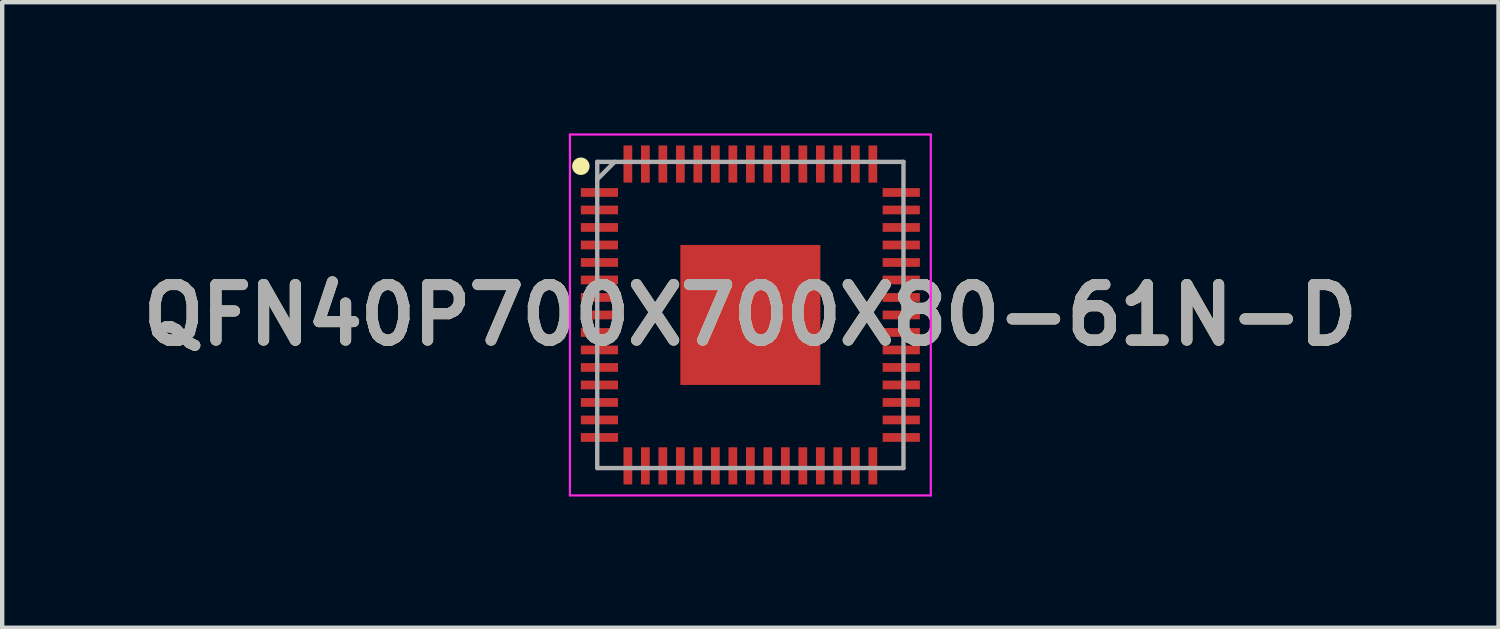
<source format=kicad_pcb>
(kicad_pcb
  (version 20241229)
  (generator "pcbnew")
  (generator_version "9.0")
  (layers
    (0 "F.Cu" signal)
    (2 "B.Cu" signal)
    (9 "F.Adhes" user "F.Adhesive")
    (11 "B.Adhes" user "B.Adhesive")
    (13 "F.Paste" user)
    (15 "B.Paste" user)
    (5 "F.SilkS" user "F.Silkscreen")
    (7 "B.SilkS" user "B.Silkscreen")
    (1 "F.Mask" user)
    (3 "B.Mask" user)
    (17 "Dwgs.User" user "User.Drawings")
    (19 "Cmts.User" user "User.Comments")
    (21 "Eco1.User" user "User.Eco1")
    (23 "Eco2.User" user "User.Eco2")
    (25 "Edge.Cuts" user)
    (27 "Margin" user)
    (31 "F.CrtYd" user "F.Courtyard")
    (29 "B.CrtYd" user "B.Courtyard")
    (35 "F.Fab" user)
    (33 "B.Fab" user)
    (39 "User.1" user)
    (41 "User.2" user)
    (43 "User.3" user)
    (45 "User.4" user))
  (footprint "QFN40P700X700X80-61N-D"
    (layer "F.Cu")
    (at 14.103 4.15)
    (property "Reference" "QFN40P700X700X80-61N-D" (at 0 0 0) (layer "F.SilkS") (effects (font (size 1.27 1.27) (thickness 0.254))))
    (attr smd)
    (fp_circle (center -3.875 -3.4) (end -3.875 -3.3) (stroke (width 0.2) (type solid)) (fill no) (layer "F.SilkS"))
    (fp_line (start -4.125 -4.125) (end 4.125 -4.125) (stroke (width 0.05) (type solid)) (layer "F.CrtYd"))
    (fp_line (start -4.125 4.125) (end -4.125 -4.125) (stroke (width 0.05) (type solid)) (layer "F.CrtYd"))
    (fp_line (start 4.125 -4.125) (end 4.125 4.125) (stroke (width 0.05) (type solid)) (layer "F.CrtYd"))
    (fp_line (start 4.125 4.125) (end -4.125 4.125) (stroke (width 0.05) (type solid)) (layer "F.CrtYd"))
    (fp_line (start -3.5 -3.5) (end 3.5 -3.5) (stroke (width 0.1) (type solid)) (layer "F.Fab"))
    (fp_line (start -3.5 -3.1) (end -3.1 -3.5) (stroke (width 0.1) (type solid)) (layer "F.Fab"))
    (fp_line (start -3.5 3.5) (end -3.5 -3.5) (stroke (width 0.1) (type solid)) (layer "F.Fab"))
    (fp_line (start 3.5 -3.5) (end 3.5 3.5) (stroke (width 0.1) (type solid)) (layer "F.Fab"))
    (fp_line (start 3.5 3.5) (end -3.5 3.5) (stroke (width 0.1) (type solid)) (layer "F.Fab"))
    (fp_text user "${REFERENCE}" (at 0 0 0) (layer "F.Fab") (effects (font (size 1.27 1.27) (thickness 0.254))))
    (pad "1" smd rect (at -3.45 -2.8 90) (size 0.2 0.85) (layers "F.Cu" "F.Mask" "F.Paste"))
    (pad "2" smd rect (at -3.45 -2.4 90) (size 0.2 0.85) (layers "F.Cu" "F.Mask" "F.Paste"))
    (pad "3" smd rect (at -3.45 -2 90) (size 0.2 0.85) (layers "F.Cu" "F.Mask" "F.Paste"))
    (pad "4" smd rect (at -3.45 -1.6 90) (size 0.2 0.85) (layers "F.Cu" "F.Mask" "F.Paste"))
    (pad "5" smd rect (at -3.45 -1.2 90) (size 0.2 0.85) (layers "F.Cu" "F.Mask" "F.Paste"))
    (pad "6" smd rect (at -3.45 -0.8 90) (size 0.2 0.85) (layers "F.Cu" "F.Mask" "F.Paste"))
    (pad "7" smd rect (at -3.45 -0.4 90) (size 0.2 0.85) (layers "F.Cu" "F.Mask" "F.Paste"))
    (pad "8" smd rect (at -3.45 0 90) (size 0.2 0.85) (layers "F.Cu" "F.Mask" "F.Paste"))
    (pad "9" smd rect (at -3.45 0.4 90) (size 0.2 0.85) (layers "F.Cu" "F.Mask" "F.Paste"))
    (pad "10" smd rect (at -3.45 0.8 90) (size 0.2 0.85) (layers "F.Cu" "F.Mask" "F.Paste"))
    (pad "11" smd rect (at -3.45 1.2 90) (size 0.2 0.85) (layers "F.Cu" "F.Mask" "F.Paste"))
    (pad "12" smd rect (at -3.45 1.6 90) (size 0.2 0.85) (layers "F.Cu" "F.Mask" "F.Paste"))
    (pad "13" smd rect (at -3.45 2 90) (size 0.2 0.85) (layers "F.Cu" "F.Mask" "F.Paste"))
    (pad "14" smd rect (at -3.45 2.4 90) (size 0.2 0.85) (layers "F.Cu" "F.Mask" "F.Paste"))
    (pad "15" smd rect (at -3.45 2.8 90) (size 0.2 0.85) (layers "F.Cu" "F.Mask" "F.Paste"))
    (pad "16" smd rect (at -2.8 3.45) (size 0.2 0.85) (layers "F.Cu" "F.Mask" "F.Paste"))
    (pad "17" smd rect (at -2.4 3.45) (size 0.2 0.85) (layers "F.Cu" "F.Mask" "F.Paste"))
    (pad "18" smd rect (at -2 3.45) (size 0.2 0.85) (layers "F.Cu" "F.Mask" "F.Paste"))
    (pad "19" smd rect (at -1.6 3.45) (size 0.2 0.85) (layers "F.Cu" "F.Mask" "F.Paste"))
    (pad "20" smd rect (at -1.2 3.45) (size 0.2 0.85) (layers "F.Cu" "F.Mask" "F.Paste"))
    (pad "21" smd rect (at -0.8 3.45) (size 0.2 0.85) (layers "F.Cu" "F.Mask" "F.Paste"))
    (pad "22" smd rect (at -0.4 3.45) (size 0.2 0.85) (layers "F.Cu" "F.Mask" "F.Paste"))
    (pad "23" smd rect (at 0 3.45) (size 0.2 0.85) (layers "F.Cu" "F.Mask" "F.Paste"))
    (pad "24" smd rect (at 0.4 3.45) (size 0.2 0.85) (layers "F.Cu" "F.Mask" "F.Paste"))
    (pad "25" smd rect (at 0.8 3.45) (size 0.2 0.85) (layers "F.Cu" "F.Mask" "F.Paste"))
    (pad "26" smd rect (at 1.2 3.45) (size 0.2 0.85) (layers "F.Cu" "F.Mask" "F.Paste"))
    (pad "27" smd rect (at 1.6 3.45) (size 0.2 0.85) (layers "F.Cu" "F.Mask" "F.Paste"))
    (pad "28" smd rect (at 2 3.45) (size 0.2 0.85) (layers "F.Cu" "F.Mask" "F.Paste"))
    (pad "29" smd rect (at 2.4 3.45) (size 0.2 0.85) (layers "F.Cu" "F.Mask" "F.Paste"))
    (pad "30" smd rect (at 2.8 3.45) (size 0.2 0.85) (layers "F.Cu" "F.Mask" "F.Paste"))
    (pad "31" smd rect (at 3.45 2.8 90) (size 0.2 0.85) (layers "F.Cu" "F.Mask" "F.Paste"))
    (pad "32" smd rect (at 3.45 2.4 90) (size 0.2 0.85) (layers "F.Cu" "F.Mask" "F.Paste"))
    (pad "33" smd rect (at 3.45 2 90) (size 0.2 0.85) (layers "F.Cu" "F.Mask" "F.Paste"))
    (pad "34" smd rect (at 3.45 1.6 90) (size 0.2 0.85) (layers "F.Cu" "F.Mask" "F.Paste"))
    (pad "35" smd rect (at 3.45 1.2 90) (size 0.2 0.85) (layers "F.Cu" "F.Mask" "F.Paste"))
    (pad "36" smd rect (at 3.45 0.8 90) (size 0.2 0.85) (layers "F.Cu" "F.Mask" "F.Paste"))
    (pad "37" smd rect (at 3.45 0.4 90) (size 0.2 0.85) (layers "F.Cu" "F.Mask" "F.Paste"))
    (pad "38" smd rect (at 3.45 0 90) (size 0.2 0.85) (layers "F.Cu" "F.Mask" "F.Paste"))
    (pad "39" smd rect (at 3.45 -0.4 90) (size 0.2 0.85) (layers "F.Cu" "F.Mask" "F.Paste"))
    (pad "40" smd rect (at 3.45 -0.8 90) (size 0.2 0.85) (layers "F.Cu" "F.Mask" "F.Paste"))
    (pad "41" smd rect (at 3.45 -1.2 90) (size 0.2 0.85) (layers "F.Cu" "F.Mask" "F.Paste"))
    (pad "42" smd rect (at 3.45 -1.6 90) (size 0.2 0.85) (layers "F.Cu" "F.Mask" "F.Paste"))
    (pad "43" smd rect (at 3.45 -2 90) (size 0.2 0.85) (layers "F.Cu" "F.Mask" "F.Paste"))
    (pad "44" smd rect (at 3.45 -2.4 90) (size 0.2 0.85) (layers "F.Cu" "F.Mask" "F.Paste"))
    (pad "45" smd rect (at 3.45 -2.8 90) (size 0.2 0.85) (layers "F.Cu" "F.Mask" "F.Paste"))
    (pad "46" smd rect (at 2.8 -3.45) (size 0.2 0.85) (layers "F.Cu" "F.Mask" "F.Paste"))
    (pad "47" smd rect (at 2.4 -3.45) (size 0.2 0.85) (layers "F.Cu" "F.Mask" "F.Paste"))
    (pad "48" smd rect (at 2 -3.45) (size 0.2 0.85) (layers "F.Cu" "F.Mask" "F.Paste"))
    (pad "49" smd rect (at 1.6 -3.45) (size 0.2 0.85) (layers "F.Cu" "F.Mask" "F.Paste"))
    (pad "50" smd rect (at 1.2 -3.45) (size 0.2 0.85) (layers "F.Cu" "F.Mask" "F.Paste"))
    (pad "51" smd rect (at 0.8 -3.45) (size 0.2 0.85) (layers "F.Cu" "F.Mask" "F.Paste"))
    (pad "52" smd rect (at 0.4 -3.45) (size 0.2 0.85) (layers "F.Cu" "F.Mask" "F.Paste"))
    (pad "53" smd rect (at 0 -3.45) (size 0.2 0.85) (layers "F.Cu" "F.Mask" "F.Paste"))
    (pad "54" smd rect (at -0.4 -3.45) (size 0.2 0.85) (layers "F.Cu" "F.Mask" "F.Paste"))
    (pad "55" smd rect (at -0.8 -3.45) (size 0.2 0.85) (layers "F.Cu" "F.Mask" "F.Paste"))
    (pad "56" smd rect (at -1.2 -3.45) (size 0.2 0.85) (layers "F.Cu" "F.Mask" "F.Paste"))
    (pad "57" smd rect (at -1.6 -3.45) (size 0.2 0.85) (layers "F.Cu" "F.Mask" "F.Paste"))
    (pad "58" smd rect (at -2 -3.45) (size 0.2 0.85) (layers "F.Cu" "F.Mask" "F.Paste"))
    (pad "59" smd rect (at -2.4 -3.45) (size 0.2 0.85) (layers "F.Cu" "F.Mask" "F.Paste"))
    (pad "60" smd rect (at -2.8 -3.45) (size 0.2 0.85) (layers "F.Cu" "F.Mask" "F.Paste"))
    (pad "61" smd rect (at 0 0) (size 3.2 3.2) (layers "F.Cu" "F.Mask" "F.Paste")))
  (gr_rect
    (start -3 -3)
    (end 31.206 11.3)
    (stroke (width 0.1) (type default))
    (fill no)
    (layer "Edge.Cuts")))
</source>
